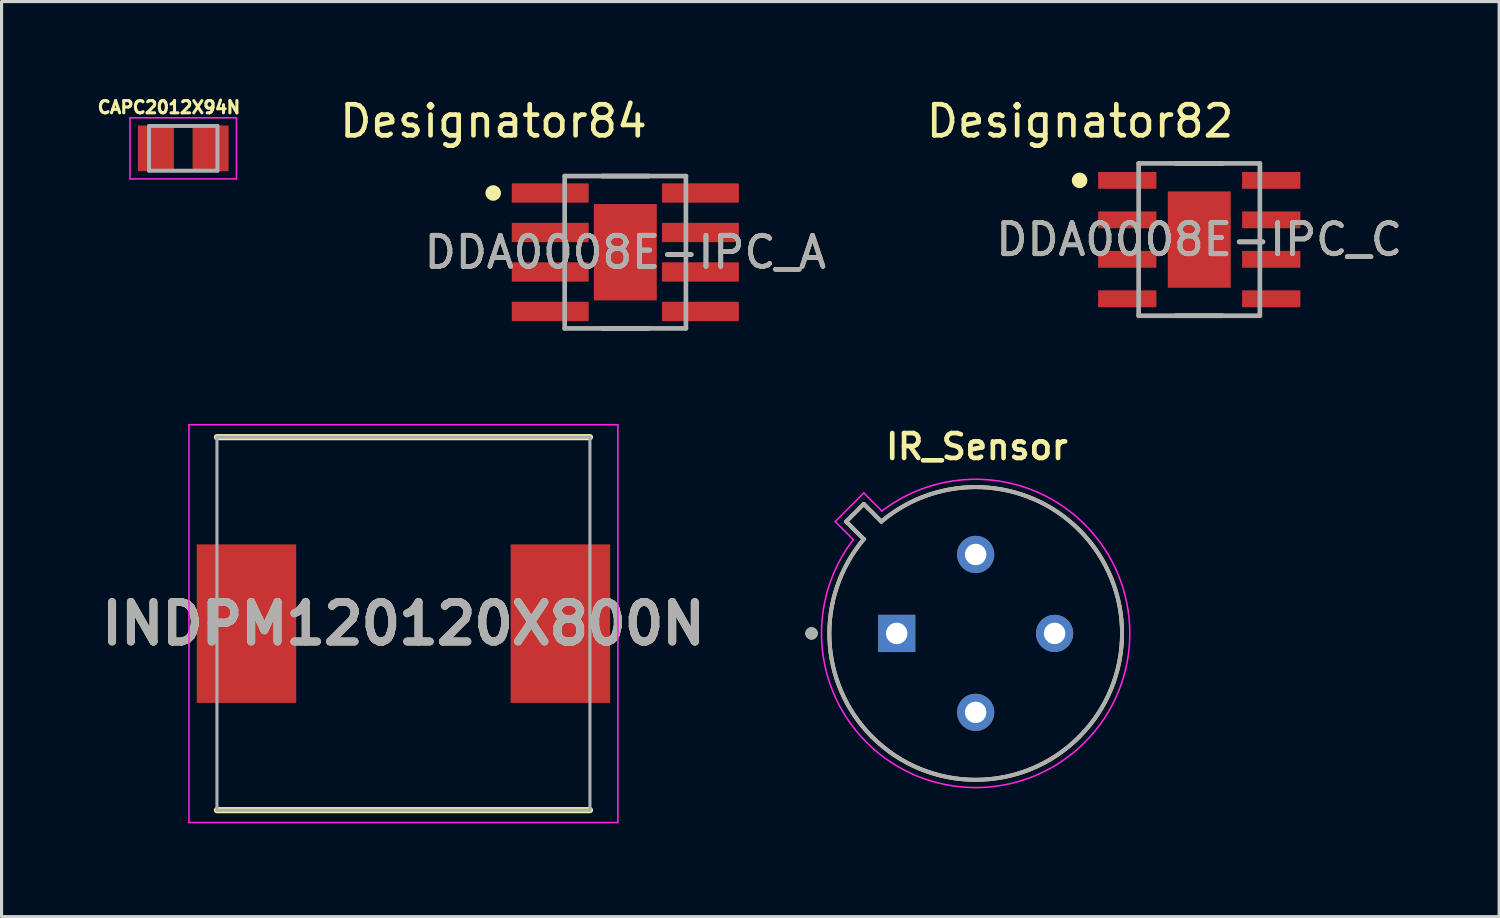
<source format=kicad_pcb>
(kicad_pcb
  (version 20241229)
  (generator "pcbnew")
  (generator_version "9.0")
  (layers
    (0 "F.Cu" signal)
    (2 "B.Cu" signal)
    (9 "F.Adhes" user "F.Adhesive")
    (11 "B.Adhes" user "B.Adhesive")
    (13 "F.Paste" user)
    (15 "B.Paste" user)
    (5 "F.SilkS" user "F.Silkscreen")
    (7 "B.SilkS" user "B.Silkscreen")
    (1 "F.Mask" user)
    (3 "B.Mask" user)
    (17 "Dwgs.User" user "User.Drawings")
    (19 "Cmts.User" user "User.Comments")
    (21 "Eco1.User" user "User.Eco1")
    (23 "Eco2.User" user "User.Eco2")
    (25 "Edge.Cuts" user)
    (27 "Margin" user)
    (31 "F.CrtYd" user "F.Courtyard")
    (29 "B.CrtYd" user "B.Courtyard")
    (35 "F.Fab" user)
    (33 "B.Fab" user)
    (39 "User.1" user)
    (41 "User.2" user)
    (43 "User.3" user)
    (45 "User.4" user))
  (footprint "CAPC2012X94N"
    (layer "F.Cu")
    (at 2.846 1.723)
    (property "Reference" "CAPC2012X94N" (at -0.46 -1.32 0) (layer "F.SilkS") (effects (font (size 0.394 0.394) (thickness 0.15))))
    (attr smd)
    (fp_line (start -1.713 -0.983) (end 1.713 -0.983) (stroke (width 0.05) (type solid)) (layer "F.CrtYd"))
    (fp_line (start -1.713 0.983) (end -1.713 -0.983) (stroke (width 0.05) (type solid)) (layer "F.CrtYd"))
    (fp_line (start -1.713 0.983) (end 1.713 0.983) (stroke (width 0.05) (type solid)) (layer "F.CrtYd"))
    (fp_line (start 1.713 0.983) (end 1.713 -0.983) (stroke (width 0.05) (type solid)) (layer "F.CrtYd"))
    (fp_line (start -1.1 0.72) (end -1.1 -0.72) (stroke (width 0.127) (type solid)) (layer "F.Fab"))
    (fp_line (start 1.1 -0.72) (end -1.1 -0.72) (stroke (width 0.127) (type solid)) (layer "F.Fab"))
    (fp_line (start 1.1 0.72) (end -1.1 0.72) (stroke (width 0.127) (type solid)) (layer "F.Fab"))
    (fp_line (start 1.1 0.72) (end 1.1 -0.72) (stroke (width 0.127) (type solid)) (layer "F.Fab"))
    (pad "1" smd rect (at -0.88 0) (size 1.16 1.47) (layers "F.Cu" "F.Mask" "F.Paste"))
    (pad "2" smd rect (at 0.88 0) (size 1.16 1.47) (layers "F.Cu" "F.Mask" "F.Paste")))
  (footprint "DDA0008E-IPC_A"
    (layer "F.Cu")
    (at 17.068 5.065)
    (property "Reference" "DDA0008E-IPC_A" (at 0 0 0) (unlocked yes) (layer "F.SilkS") (effects (font (size 1 1) (thickness 0.15))))
    (attr smd)
    (fp_line (start -0.75 -2.45) (end 0.75 -2.45) (stroke (width 0.15) (type solid)) (layer "F.SilkS"))
    (fp_line (start -0.75 2.45) (end 0.75 2.45) (stroke (width 0.15) (type solid)) (layer "F.SilkS"))
    (fp_circle (center -4.25 -1.905) (end -4.125 -1.905) (stroke (width 0.25) (type solid)) (fill no) (layer "F.SilkS"))
    (fp_poly (pts (xy -0.568 1.105) (xy 0.568 1.105) (xy 0.568 -1.105) (xy -0.568 -1.105)) (stroke (width 0) (type solid)) (fill yes) (layer "F.Paste"))
    (fp_line (start -1.95 -2.45) (end 1.95 -2.45) (stroke (width 0.15) (type solid)) (layer "F.Fab"))
    (fp_line (start -1.95 2.45) (end -1.95 -2.45) (stroke (width 0.15) (type solid)) (layer "F.Fab"))
    (fp_line (start -1.95 2.45) (end 1.95 2.45) (stroke (width 0.15) (type solid)) (layer "F.Fab"))
    (fp_line (start 1.95 2.45) (end 1.95 -2.45) (stroke (width 0.15) (type solid)) (layer "F.Fab"))
    (fp_text user "Designator84" (at -4.242 -4.216 0) (unlocked yes) (layer "F.SilkS") (effects (font (size 1 1) (thickness 0.15))))
    (fp_text user "${REFERENCE}" (at 0 0 0) (unlocked yes) (layer "F.Fab") (effects (font (size 1 1) (thickness 0.15))))
    (pad "1" smd rect (at -2.416 -1.905) (size 2.474 0.622) (layers "F.Cu" "F.Mask" "F.Paste"))
    (pad "2" smd rect (at -2.416 -0.635) (size 2.474 0.622) (layers "F.Cu" "F.Mask" "F.Paste"))
    (pad "3" smd rect (at -2.416 0.635) (size 2.474 0.622) (layers "F.Cu" "F.Mask" "F.Paste"))
    (pad "4" smd rect (at -2.416 1.905) (size 2.474 0.622) (layers "F.Cu" "F.Mask" "F.Paste"))
    (pad "5" smd rect (at 2.416 1.905) (size 2.474 0.622) (layers "F.Cu" "F.Mask" "F.Paste"))
    (pad "6" smd rect (at 2.416 0.635) (size 2.474 0.622) (layers "F.Cu" "F.Mask" "F.Paste"))
    (pad "7" smd rect (at 2.416 -0.635) (size 2.474 0.622) (layers "F.Cu" "F.Mask" "F.Paste"))
    (pad "8" smd rect (at 2.416 -1.905) (size 2.474 0.622) (layers "F.Cu" "F.Mask" "F.Paste"))
    (pad "9" smd rect (at 0 0) (size 2.025 3.1) (layers "F.Cu" "F.Mask")))
  (footprint "DDA0008E-IPC_C"
    (layer "F.Cu")
    (at 35.534 4.658)
    (property "Reference" "DDA0008E-IPC_C" (at 0 0 0) (unlocked yes) (layer "F.SilkS") (effects (font (size 1 1) (thickness 0.15))))
    (attr smd)
    (fp_line (start -0.75 -2.45) (end 0.75 -2.45) (stroke (width 0.15) (type solid)) (layer "F.SilkS"))
    (fp_line (start -0.75 2.45) (end 0.75 2.45) (stroke (width 0.15) (type solid)) (layer "F.SilkS"))
    (fp_circle (center -3.85 -1.905) (end -3.725 -1.905) (stroke (width 0.25) (type solid)) (fill no) (layer "F.SilkS"))
    (fp_poly (pts (xy -0.568 1.105) (xy 0.568 1.105) (xy 0.568 -1.105) (xy -0.568 -1.105)) (stroke (width 0) (type solid)) (fill yes) (layer "F.Paste"))
    (fp_line (start -1.95 -2.45) (end 1.95 -2.45) (stroke (width 0.15) (type solid)) (layer "F.Fab"))
    (fp_line (start -1.95 2.45) (end -1.95 -2.45) (stroke (width 0.15) (type solid)) (layer "F.Fab"))
    (fp_line (start -1.95 2.45) (end 1.95 2.45) (stroke (width 0.15) (type solid)) (layer "F.Fab"))
    (fp_line (start 1.95 2.45) (end 1.95 -2.45) (stroke (width 0.15) (type solid)) (layer "F.Fab"))
    (fp_text user "Designator82" (at -3.835 -3.81 0) (unlocked yes) (layer "F.SilkS") (effects (font (size 1 1) (thickness 0.15))))
    (fp_text user "${REFERENCE}" (at 0 0 0) (unlocked yes) (layer "F.Fab") (effects (font (size 1 1) (thickness 0.15))))
    (pad "1" smd rect (at -2.316 -1.905) (size 1.874 0.542) (layers "F.Cu" "F.Mask" "F.Paste"))
    (pad "2" smd rect (at -2.316 -0.635) (size 1.874 0.542) (layers "F.Cu" "F.Mask" "F.Paste"))
    (pad "3" smd rect (at -2.316 0.635) (size 1.874 0.542) (layers "F.Cu" "F.Mask" "F.Paste"))
    (pad "4" smd rect (at -2.316 1.905) (size 1.874 0.542) (layers "F.Cu" "F.Mask" "F.Paste"))
    (pad "5" smd rect (at 2.316 1.905) (size 1.874 0.542) (layers "F.Cu" "F.Mask" "F.Paste"))
    (pad "6" smd rect (at 2.316 0.635) (size 1.874 0.542) (layers "F.Cu" "F.Mask" "F.Paste"))
    (pad "7" smd rect (at 2.316 -0.635) (size 1.874 0.542) (layers "F.Cu" "F.Mask" "F.Paste"))
    (pad "8" smd rect (at 2.316 -1.905) (size 1.874 0.542) (layers "F.Cu" "F.Mask" "F.Paste"))
    (pad "9" smd rect (at 0 0) (size 2.025 3.1) (layers "F.Cu" "F.Mask")))
  (footprint "IR_Sensor"
    (layer "F.Cu")
    (at 28.34 17.329)
    (property "Reference" "IR_Sensor" (at 0.04 -6.008 0) (layer "F.SilkS") (effects (font (size 0.8 0.8) (thickness 0.15))))
    (attr through_hole)
    (fp_line (start -4.165 -3.599) (end -3.599 -3.033) (stroke (width 0.127) (type solid)) (layer "F.SilkS"))
    (fp_line (start -3.599 -4.165) (end -4.165 -3.599) (stroke (width 0.127) (type solid)) (layer "F.SilkS"))
    (fp_line (start -3.033 -3.599) (end -3.599 -4.165) (stroke (width 0.127) (type solid)) (layer "F.SilkS"))
    (fp_arc (start -3.33047 3.33047) (mid -4.703039 0.20077) (end -3.599169 -3.03349) (stroke (width 0.127) (type solid)) (layer "F.SilkS"))
    (fp_arc (start -3.03349 -3.59917) (mid 0.200776 -4.703171) (end 3.33047 -3.330471) (stroke (width 0.127) (type solid)) (layer "F.SilkS"))
    (fp_arc (start 3.33047 -3.33047) (mid 4.709996 0) (end 3.33047 3.33047) (stroke (width 0.127) (type solid)) (layer "F.SilkS"))
    (fp_arc (start 3.33047 3.33047) (mid 0 4.709996) (end -3.33047 3.33047) (stroke (width 0.127) (type solid)) (layer "F.SilkS"))
    (fp_circle (center -5.28 0) (end -5.18 0) (stroke (width 0.2) (type solid)) (fill no) (layer "F.SilkS"))
    (fp_line (start -4.518 -3.599) (end -3.937 -3.018) (stroke (width 0.05) (type solid)) (layer "F.CrtYd"))
    (fp_line (start -3.599 -4.518) (end -4.518 -3.599) (stroke (width 0.05) (type solid)) (layer "F.CrtYd"))
    (fp_line (start -3.018 -3.937) (end -3.599 -4.518) (stroke (width 0.05) (type solid)) (layer "F.CrtYd"))
    (fp_arc (start -3.50725 3.50725) (mid -4.948366 0.325447) (end -3.937169 -3.01793) (stroke (width 0.05) (type solid)) (layer "F.CrtYd"))
    (fp_arc (start -3.01793 -3.93717) (mid 0.325445 -4.948339) (end 3.507249 -3.50725) (stroke (width 0.05) (type solid)) (layer "F.CrtYd"))
    (fp_arc (start 3.50725 -3.50725) (mid 4.960001 0) (end 3.50725 3.50725) (stroke (width 0.05) (type solid)) (layer "F.CrtYd"))
    (fp_arc (start 3.50725 3.50725) (mid 0 4.960001) (end -3.50725 3.50725) (stroke (width 0.05) (type solid)) (layer "F.CrtYd"))
    (fp_line (start -4.165 -3.599) (end -3.599 -3.033) (stroke (width 0.127) (type solid)) (layer "F.Fab"))
    (fp_line (start -3.599 -4.165) (end -4.165 -3.599) (stroke (width 0.127) (type solid)) (layer "F.Fab"))
    (fp_line (start -3.033 -3.599) (end -3.599 -4.165) (stroke (width 0.127) (type solid)) (layer "F.Fab"))
    (fp_arc (start -3.33047 3.33047) (mid -4.703039 0.20077) (end -3.599169 -3.03349) (stroke (width 0.127) (type solid)) (layer "F.Fab"))
    (fp_arc (start -3.03349 -3.59917) (mid 0.200776 -4.703171) (end 3.33047 -3.330471) (stroke (width 0.127) (type solid)) (layer "F.Fab"))
    (fp_arc (start 3.33047 -3.33047) (mid 4.709996 0) (end 3.33047 3.33047) (stroke (width 0.127) (type solid)) (layer "F.Fab"))
    (fp_arc (start 3.33047 3.33047) (mid 0 4.709996) (end -3.33047 3.33047) (stroke (width 0.127) (type solid)) (layer "F.Fab"))
    (fp_circle (center -5.28 0) (end -5.18 0) (stroke (width 0.2) (type solid)) (fill no) (layer "F.Fab"))
    (pad "1" thru_hole rect (at -2.54 0) (size 1.198 1.198) (drill 0.69) (layers "*.Cu" "*.Mask"))
    (pad "2" thru_hole circle (at 0 2.54) (size 1.198 1.198) (drill 0.69) (layers "*.Cu" "*.Mask"))
    (pad "3" thru_hole circle (at 2.54 0) (size 1.198 1.198) (drill 0.69) (layers "*.Cu" "*.Mask"))
    (pad "4" thru_hole circle (at 0 -2.54) (size 1.198 1.198) (drill 0.69) (layers "*.Cu" "*.Mask")))
  (footprint "INDPM120120X800N"
    (layer "F.Cu")
    (at 9.93 17.015)
    (property "Reference" "INDPM120120X800N" (at 0 0 0) (layer "F.SilkS") (effects (font (size 1.27 1.27) (thickness 0.254))))
    (attr smd)
    (fp_line (start -6 6) (end 6 6) (stroke (width 0.2) (type solid)) (layer "F.SilkS"))
    (fp_line (start 6 -6) (end -6 -6) (stroke (width 0.2) (type solid)) (layer "F.SilkS"))
    (fp_line (start -6.9 -6.4) (end 6.9 -6.4) (stroke (width 0.05) (type solid)) (layer "F.CrtYd"))
    (fp_line (start -6.9 6.4) (end -6.9 -6.4) (stroke (width 0.05) (type solid)) (layer "F.CrtYd"))
    (fp_line (start 6.9 -6.4) (end 6.9 6.4) (stroke (width 0.05) (type solid)) (layer "F.CrtYd"))
    (fp_line (start 6.9 6.4) (end -6.9 6.4) (stroke (width 0.05) (type solid)) (layer "F.CrtYd"))
    (fp_line (start -6 -6) (end 6 -6) (stroke (width 0.1) (type solid)) (layer "F.Fab"))
    (fp_line (start -6 6) (end -6 -6) (stroke (width 0.1) (type solid)) (layer "F.Fab"))
    (fp_line (start 6 -6) (end 6 6) (stroke (width 0.1) (type solid)) (layer "F.Fab"))
    (fp_line (start 6 6) (end -6 6) (stroke (width 0.1) (type solid)) (layer "F.Fab"))
    (fp_text user "${REFERENCE}" (at 0 0 0) (layer "F.Fab") (effects (font (size 1.27 1.27) (thickness 0.254))))
    (pad "1" smd rect (at -5.05 0) (size 3.2 5.1) (layers "F.Cu" "F.Mask" "F.Paste"))
    (pad "2" smd rect (at 5.05 0) (size 3.2 5.1) (layers "F.Cu" "F.Mask" "F.Paste")))
  (gr_rect
    (start -3 -3)
    (end 45.183 26.44)
    (stroke (width 0.1) (type default))
    (fill no)
    (layer "Edge.Cuts")))
</source>
